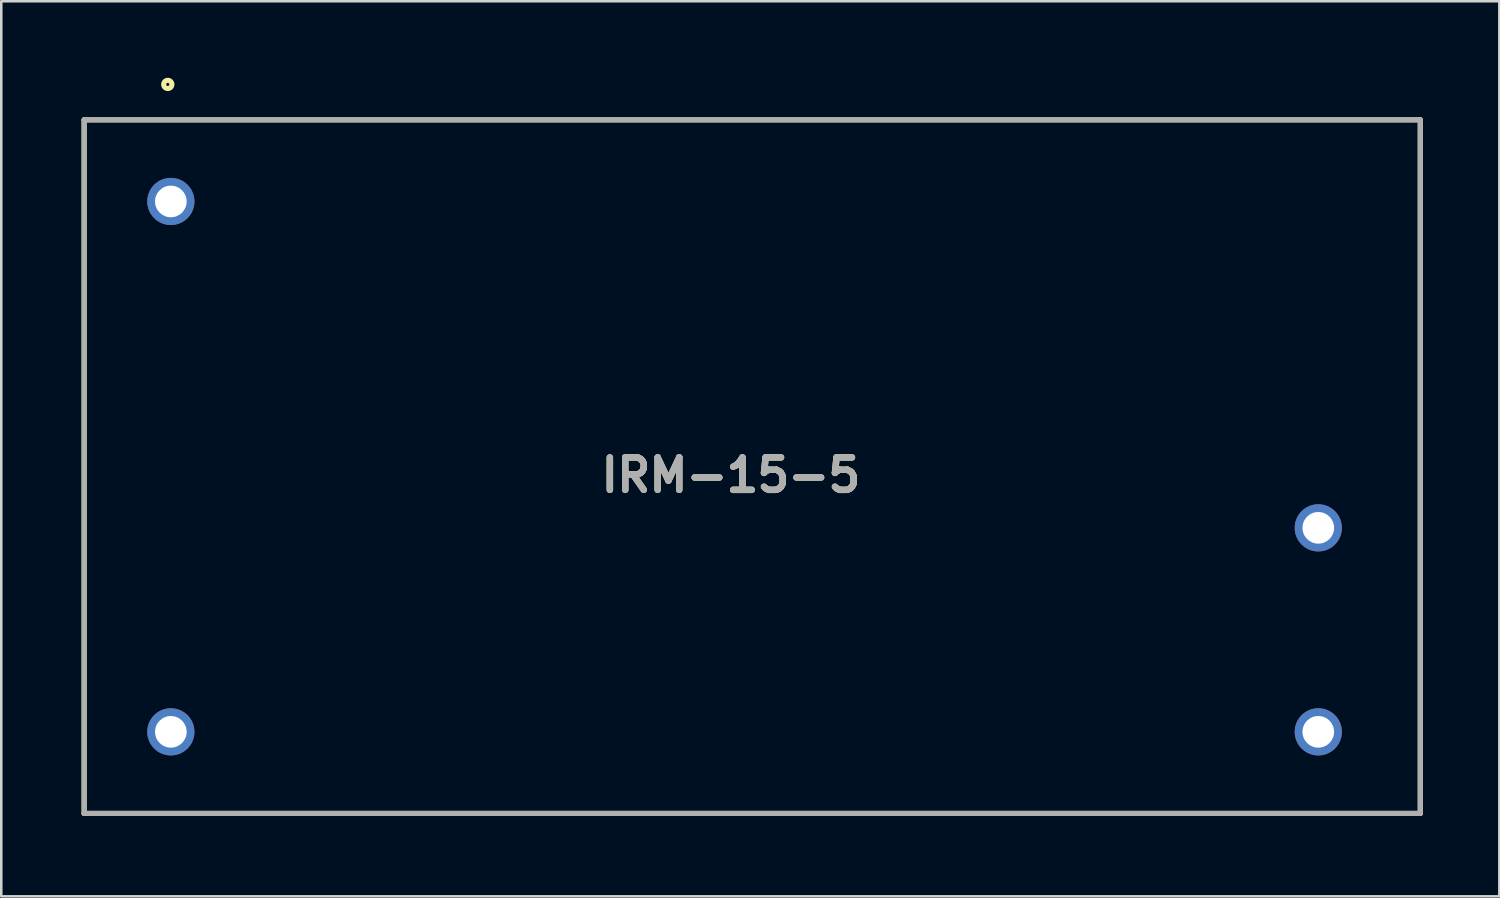
<source format=kicad_pcb>
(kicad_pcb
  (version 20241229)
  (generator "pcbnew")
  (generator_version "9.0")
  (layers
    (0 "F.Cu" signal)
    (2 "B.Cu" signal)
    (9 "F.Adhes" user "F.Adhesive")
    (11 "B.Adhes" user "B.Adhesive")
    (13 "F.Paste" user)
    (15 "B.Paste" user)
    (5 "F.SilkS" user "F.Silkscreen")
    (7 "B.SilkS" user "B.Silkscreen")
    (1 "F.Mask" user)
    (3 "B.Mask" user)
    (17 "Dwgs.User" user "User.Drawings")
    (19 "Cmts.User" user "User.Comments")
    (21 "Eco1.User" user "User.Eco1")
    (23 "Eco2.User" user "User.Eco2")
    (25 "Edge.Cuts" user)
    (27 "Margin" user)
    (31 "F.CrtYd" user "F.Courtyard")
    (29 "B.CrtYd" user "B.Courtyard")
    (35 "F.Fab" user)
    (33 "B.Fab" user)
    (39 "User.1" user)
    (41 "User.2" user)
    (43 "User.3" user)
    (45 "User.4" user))
  (footprint "IRM-15-5"
    (layer "F.Cu")
    (at 0.25 28.851)
    (property "Reference" "IRM-15-5" (at 25.364 -13.266 0) (layer "F.SilkS") (effects (font (size 1.27 1.27) (thickness 0.254))))
    (attr through_hole)
    (fp_line (start 0 -27.2) (end 52.4 -27.2) (stroke (width 0.2) (type solid)) (layer "F.SilkS"))
    (fp_line (start 0 0) (end 0 -27.2) (stroke (width 0.2) (type solid)) (layer "F.SilkS"))
    (fp_line (start 52.4 -27.2) (end 52.4 0) (stroke (width 0.2) (type solid)) (layer "F.SilkS"))
    (fp_line (start 52.4 0) (end 0 0) (stroke (width 0.2) (type solid)) (layer "F.SilkS"))
    (fp_circle (center 3.28 -28.59) (end 3.28 -28.429) (stroke (width 0.2) (type solid)) (fill no) (layer "F.SilkS"))
    (fp_line (start 0 -27.2) (end 52.4 -27.2) (stroke (width 0.2) (type solid)) (layer "F.Fab"))
    (fp_line (start 0 0) (end 0 -27.2) (stroke (width 0.2) (type solid)) (layer "F.Fab"))
    (fp_line (start 52.4 -27.2) (end 52.4 0) (stroke (width 0.2) (type solid)) (layer "F.Fab"))
    (fp_line (start 52.4 0) (end 0 0) (stroke (width 0.2) (type solid)) (layer "F.Fab"))
    (fp_text user "${REFERENCE}" (at 25.364 -13.266 0) (layer "F.Fab") (effects (font (size 1.27 1.27) (thickness 0.254))))
    (pad "1" thru_hole circle (at 3.4 -24) (size 1.85 1.85) (drill 1.24) (layers "*.Cu" "*.Mask"))
    (pad "2" thru_hole circle (at 3.4 -3.2) (size 1.85 1.85) (drill 1.24) (layers "*.Cu" "*.Mask"))
    (pad "3" thru_hole circle (at 48.4 -3.2) (size 1.85 1.85) (drill 1.24) (layers "*.Cu" "*.Mask"))
    (pad "4" thru_hole circle (at 48.4 -11.2) (size 1.85 1.85) (drill 1.24) (layers "*.Cu" "*.Mask")))
  (gr_rect
    (start -3 -3)
    (end 55.75 32.101)
    (stroke (width 0.1) (type default))
    (fill no)
    (layer "Edge.Cuts")))
</source>
